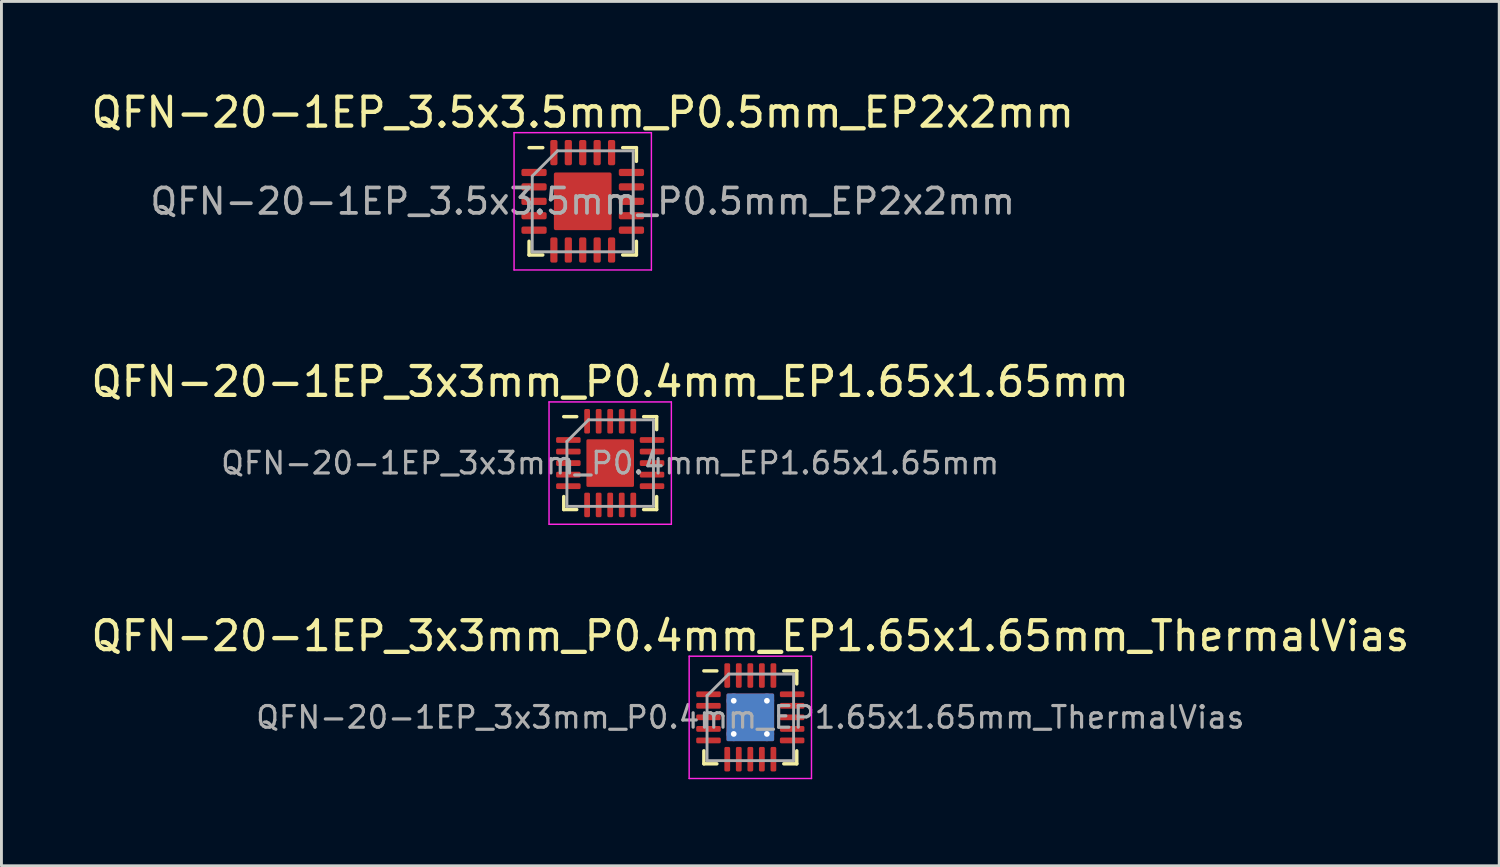
<source format=kicad_pcb>
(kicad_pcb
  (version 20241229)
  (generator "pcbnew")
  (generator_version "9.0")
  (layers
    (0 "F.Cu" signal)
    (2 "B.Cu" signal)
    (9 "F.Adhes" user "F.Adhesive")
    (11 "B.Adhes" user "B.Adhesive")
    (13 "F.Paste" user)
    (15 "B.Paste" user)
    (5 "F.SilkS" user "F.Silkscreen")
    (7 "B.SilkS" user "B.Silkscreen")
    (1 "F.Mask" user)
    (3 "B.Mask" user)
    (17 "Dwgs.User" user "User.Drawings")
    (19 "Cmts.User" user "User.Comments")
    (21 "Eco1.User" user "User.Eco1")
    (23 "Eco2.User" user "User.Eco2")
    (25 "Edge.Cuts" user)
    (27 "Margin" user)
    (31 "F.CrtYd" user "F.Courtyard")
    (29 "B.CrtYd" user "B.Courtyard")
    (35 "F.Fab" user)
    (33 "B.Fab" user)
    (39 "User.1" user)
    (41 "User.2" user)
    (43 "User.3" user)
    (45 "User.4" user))
  (footprint "QFN-20-1EP_3.5x3.5mm_P0.5mm_EP2x2mm"
    (layer "F.Cu")
    (at 17.149 3.928)
    (property "Reference" "QFN-20-1EP_3.5x3.5mm_P0.5mm_EP2x2mm" (at 0 -3.08 0) (layer "F.SilkS") (effects (font (size 1 1) (thickness 0.15))))
    (attr smd)
    (fp_line (start -1.86 1.86) (end -1.86 1.385) (stroke (width 0.12) (type solid)) (layer "F.SilkS"))
    (fp_line (start -1.385 -1.86) (end -1.86 -1.86) (stroke (width 0.12) (type solid)) (layer "F.SilkS"))
    (fp_line (start -1.385 1.86) (end -1.86 1.86) (stroke (width 0.12) (type solid)) (layer "F.SilkS"))
    (fp_line (start 1.385 -1.86) (end 1.86 -1.86) (stroke (width 0.12) (type solid)) (layer "F.SilkS"))
    (fp_line (start 1.385 1.86) (end 1.86 1.86) (stroke (width 0.12) (type solid)) (layer "F.SilkS"))
    (fp_line (start 1.86 -1.86) (end 1.86 -1.385) (stroke (width 0.12) (type solid)) (layer "F.SilkS"))
    (fp_line (start 1.86 1.86) (end 1.86 1.385) (stroke (width 0.12) (type solid)) (layer "F.SilkS"))
    (fp_line (start -2.38 -2.38) (end -2.38 2.38) (stroke (width 0.05) (type solid)) (layer "F.CrtYd"))
    (fp_line (start -2.38 2.38) (end 2.38 2.38) (stroke (width 0.05) (type solid)) (layer "F.CrtYd"))
    (fp_line (start 2.38 -2.38) (end -2.38 -2.38) (stroke (width 0.05) (type solid)) (layer "F.CrtYd"))
    (fp_line (start 2.38 2.38) (end 2.38 -2.38) (stroke (width 0.05) (type solid)) (layer "F.CrtYd"))
    (fp_line (start -1.75 -0.875) (end -0.875 -1.75) (stroke (width 0.1) (type solid)) (layer "F.Fab"))
    (fp_line (start -1.75 1.75) (end -1.75 -0.875) (stroke (width 0.1) (type solid)) (layer "F.Fab"))
    (fp_line (start -0.875 -1.75) (end 1.75 -1.75) (stroke (width 0.1) (type solid)) (layer "F.Fab"))
    (fp_line (start 1.75 -1.75) (end 1.75 1.75) (stroke (width 0.1) (type solid)) (layer "F.Fab"))
    (fp_line (start 1.75 1.75) (end -1.75 1.75) (stroke (width 0.1) (type solid)) (layer "F.Fab"))
    (fp_text user "${REFERENCE}" (at 0 0 0) (layer "F.Fab") (effects (font (size 0.88 0.88) (thickness 0.13))))
    (pad "" smd roundrect (at -0.5 -0.5) (size 0.81 0.81) (layers "F.Paste") (roundrect_rratio 0.25))
    (pad "" smd roundrect (at -0.5 0.5) (size 0.81 0.81) (layers "F.Paste") (roundrect_rratio 0.25))
    (pad "" smd roundrect (at 0.5 -0.5) (size 0.81 0.81) (layers "F.Paste") (roundrect_rratio 0.25))
    (pad "" smd roundrect (at 0.5 0.5) (size 0.81 0.81) (layers "F.Paste") (roundrect_rratio 0.25))
    (pad "1" smd roundrect (at -1.688 -1) (size 0.875 0.25) (layers "F.Cu" "F.Mask" "F.Paste") (roundrect_rratio 0.25))
    (pad "2" smd roundrect (at -1.688 -0.5) (size 0.875 0.25) (layers "F.Cu" "F.Mask" "F.Paste") (roundrect_rratio 0.25))
    (pad "3" smd roundrect (at -1.688 0) (size 0.875 0.25) (layers "F.Cu" "F.Mask" "F.Paste") (roundrect_rratio 0.25))
    (pad "4" smd roundrect (at -1.688 0.5) (size 0.875 0.25) (layers "F.Cu" "F.Mask" "F.Paste") (roundrect_rratio 0.25))
    (pad "5" smd roundrect (at -1.688 1) (size 0.875 0.25) (layers "F.Cu" "F.Mask" "F.Paste") (roundrect_rratio 0.25))
    (pad "6" smd roundrect (at -1 1.688) (size 0.25 0.875) (layers "F.Cu" "F.Mask" "F.Paste") (roundrect_rratio 0.25))
    (pad "7" smd roundrect (at -0.5 1.688) (size 0.25 0.875) (layers "F.Cu" "F.Mask" "F.Paste") (roundrect_rratio 0.25))
    (pad "8" smd roundrect (at 0 1.688) (size 0.25 0.875) (layers "F.Cu" "F.Mask" "F.Paste") (roundrect_rratio 0.25))
    (pad "9" smd roundrect (at 0.5 1.688) (size 0.25 0.875) (layers "F.Cu" "F.Mask" "F.Paste") (roundrect_rratio 0.25))
    (pad "10" smd roundrect (at 1 1.688) (size 0.25 0.875) (layers "F.Cu" "F.Mask" "F.Paste") (roundrect_rratio 0.25))
    (pad "11" smd roundrect (at 1.688 1) (size 0.875 0.25) (layers "F.Cu" "F.Mask" "F.Paste") (roundrect_rratio 0.25))
    (pad "12" smd roundrect (at 1.688 0.5) (size 0.875 0.25) (layers "F.Cu" "F.Mask" "F.Paste") (roundrect_rratio 0.25))
    (pad "13" smd roundrect (at 1.688 0) (size 0.875 0.25) (layers "F.Cu" "F.Mask" "F.Paste") (roundrect_rratio 0.25))
    (pad "14" smd roundrect (at 1.688 -0.5) (size 0.875 0.25) (layers "F.Cu" "F.Mask" "F.Paste") (roundrect_rratio 0.25))
    (pad "15" smd roundrect (at 1.688 -1) (size 0.875 0.25) (layers "F.Cu" "F.Mask" "F.Paste") (roundrect_rratio 0.25))
    (pad "16" smd roundrect (at 1 -1.688) (size 0.25 0.875) (layers "F.Cu" "F.Mask" "F.Paste") (roundrect_rratio 0.25))
    (pad "17" smd roundrect (at 0.5 -1.688) (size 0.25 0.875) (layers "F.Cu" "F.Mask" "F.Paste") (roundrect_rratio 0.25))
    (pad "18" smd roundrect (at 0 -1.688) (size 0.25 0.875) (layers "F.Cu" "F.Mask" "F.Paste") (roundrect_rratio 0.25))
    (pad "19" smd roundrect (at -0.5 -1.688) (size 0.25 0.875) (layers "F.Cu" "F.Mask" "F.Paste") (roundrect_rratio 0.25))
    (pad "20" smd roundrect (at -1 -1.688) (size 0.25 0.875) (layers "F.Cu" "F.Mask" "F.Paste") (roundrect_rratio 0.25))
    (pad "21" smd roundrect (at 0 0) (size 2 2) (layers "F.Cu" "F.Mask") (roundrect_rratio 0.031)))
  (footprint "QFN-20-1EP_3x3mm_P0.4mm_EP1.65x1.65mm_ThermalVias"
    (layer "F.Cu")
    (at 22.958 21.815)
    (property "Reference" "QFN-20-1EP_3x3mm_P0.4mm_EP1.65x1.65mm_ThermalVias" (at 0 -2.82 0) (layer "F.SilkS") (effects (font (size 1 1) (thickness 0.15))))
    (attr smd)
    (fp_line (start -1.61 1.61) (end -1.61 1.16) (stroke (width 0.12) (type solid)) (layer "F.SilkS"))
    (fp_line (start -1.16 -1.61) (end -1.61 -1.61) (stroke (width 0.12) (type solid)) (layer "F.SilkS"))
    (fp_line (start -1.16 1.61) (end -1.61 1.61) (stroke (width 0.12) (type solid)) (layer "F.SilkS"))
    (fp_line (start 1.16 -1.61) (end 1.61 -1.61) (stroke (width 0.12) (type solid)) (layer "F.SilkS"))
    (fp_line (start 1.16 1.61) (end 1.61 1.61) (stroke (width 0.12) (type solid)) (layer "F.SilkS"))
    (fp_line (start 1.61 -1.61) (end 1.61 -1.16) (stroke (width 0.12) (type solid)) (layer "F.SilkS"))
    (fp_line (start 1.61 1.61) (end 1.61 1.16) (stroke (width 0.12) (type solid)) (layer "F.SilkS"))
    (fp_line (start -2.12 -2.12) (end -2.12 2.12) (stroke (width 0.05) (type solid)) (layer "F.CrtYd"))
    (fp_line (start -2.12 2.12) (end 2.12 2.12) (stroke (width 0.05) (type solid)) (layer "F.CrtYd"))
    (fp_line (start 2.12 -2.12) (end -2.12 -2.12) (stroke (width 0.05) (type solid)) (layer "F.CrtYd"))
    (fp_line (start 2.12 2.12) (end 2.12 -2.12) (stroke (width 0.05) (type solid)) (layer "F.CrtYd"))
    (fp_line (start -1.5 -0.75) (end -0.75 -1.5) (stroke (width 0.1) (type solid)) (layer "F.Fab"))
    (fp_line (start -1.5 1.5) (end -1.5 -0.75) (stroke (width 0.1) (type solid)) (layer "F.Fab"))
    (fp_line (start -0.75 -1.5) (end 1.5 -1.5) (stroke (width 0.1) (type solid)) (layer "F.Fab"))
    (fp_line (start 1.5 -1.5) (end 1.5 1.5) (stroke (width 0.1) (type solid)) (layer "F.Fab"))
    (fp_line (start 1.5 1.5) (end -1.5 1.5) (stroke (width 0.1) (type solid)) (layer "F.Fab"))
    (fp_text user "${REFERENCE}" (at 0 0 0) (layer "F.Fab") (effects (font (size 0.75 0.75) (thickness 0.11))))
    (pad "" smd roundrect (at -0.41 -0.41) (size 0.69 0.69) (layers "F.Paste") (roundrect_rratio 0.25))
    (pad "" smd roundrect (at -0.41 0.41) (size 0.69 0.69) (layers "F.Paste") (roundrect_rratio 0.25))
    (pad "" smd roundrect (at 0.41 -0.41) (size 0.69 0.69) (layers "F.Paste") (roundrect_rratio 0.25))
    (pad "" smd roundrect (at 0.41 0.41) (size 0.69 0.69) (layers "F.Paste") (roundrect_rratio 0.25))
    (pad "1" smd roundrect (at -1.45 -0.8) (size 0.85 0.2) (layers "F.Cu" "F.Mask" "F.Paste") (roundrect_rratio 0.25))
    (pad "2" smd roundrect (at -1.45 -0.4) (size 0.85 0.2) (layers "F.Cu" "F.Mask" "F.Paste") (roundrect_rratio 0.25))
    (pad "3" smd roundrect (at -1.45 0) (size 0.85 0.2) (layers "F.Cu" "F.Mask" "F.Paste") (roundrect_rratio 0.25))
    (pad "4" smd roundrect (at -1.45 0.4) (size 0.85 0.2) (layers "F.Cu" "F.Mask" "F.Paste") (roundrect_rratio 0.25))
    (pad "5" smd roundrect (at -1.45 0.8) (size 0.85 0.2) (layers "F.Cu" "F.Mask" "F.Paste") (roundrect_rratio 0.25))
    (pad "6" smd roundrect (at -0.8 1.45) (size 0.2 0.85) (layers "F.Cu" "F.Mask" "F.Paste") (roundrect_rratio 0.25))
    (pad "7" smd roundrect (at -0.4 1.45) (size 0.2 0.85) (layers "F.Cu" "F.Mask" "F.Paste") (roundrect_rratio 0.25))
    (pad "8" smd roundrect (at 0 1.45) (size 0.2 0.85) (layers "F.Cu" "F.Mask" "F.Paste") (roundrect_rratio 0.25))
    (pad "9" smd roundrect (at 0.4 1.45) (size 0.2 0.85) (layers "F.Cu" "F.Mask" "F.Paste") (roundrect_rratio 0.25))
    (pad "10" smd roundrect (at 0.8 1.45) (size 0.2 0.85) (layers "F.Cu" "F.Mask" "F.Paste") (roundrect_rratio 0.25))
    (pad "11" smd roundrect (at 1.45 0.8) (size 0.85 0.2) (layers "F.Cu" "F.Mask" "F.Paste") (roundrect_rratio 0.25))
    (pad "12" smd roundrect (at 1.45 0.4) (size 0.85 0.2) (layers "F.Cu" "F.Mask" "F.Paste") (roundrect_rratio 0.25))
    (pad "13" smd roundrect (at 1.45 0) (size 0.85 0.2) (layers "F.Cu" "F.Mask" "F.Paste") (roundrect_rratio 0.25))
    (pad "14" smd roundrect (at 1.45 -0.4) (size 0.85 0.2) (layers "F.Cu" "F.Mask" "F.Paste") (roundrect_rratio 0.25))
    (pad "15" smd roundrect (at 1.45 -0.8) (size 0.85 0.2) (layers "F.Cu" "F.Mask" "F.Paste") (roundrect_rratio 0.25))
    (pad "16" smd roundrect (at 0.8 -1.45) (size 0.2 0.85) (layers "F.Cu" "F.Mask" "F.Paste") (roundrect_rratio 0.25))
    (pad "17" smd roundrect (at 0.4 -1.45) (size 0.2 0.85) (layers "F.Cu" "F.Mask" "F.Paste") (roundrect_rratio 0.25))
    (pad "18" smd roundrect (at 0 -1.45) (size 0.2 0.85) (layers "F.Cu" "F.Mask" "F.Paste") (roundrect_rratio 0.25))
    (pad "19" smd roundrect (at -0.4 -1.45) (size 0.2 0.85) (layers "F.Cu" "F.Mask" "F.Paste") (roundrect_rratio 0.25))
    (pad "20" smd roundrect (at -0.8 -1.45) (size 0.2 0.85) (layers "F.Cu" "F.Mask" "F.Paste") (roundrect_rratio 0.25))
    (pad "21" thru_hole circle (at -0.575 -0.575) (size 0.5 0.5) (drill 0.2) (layers "*.Cu"))
    (pad "21" thru_hole circle (at -0.575 0.575) (size 0.5 0.5) (drill 0.2) (layers "*.Cu"))
    (pad "21" smd roundrect (at 0 0) (size 1.65 1.65) (layers "F.Cu" "F.Mask") (roundrect_rratio 0.03))
    (pad "21" smd roundrect (at 0 0) (size 1.65 1.65) (layers "B.Cu") (roundrect_rratio 0.03))
    (pad "21" thru_hole circle (at 0.575 -0.575) (size 0.5 0.5) (drill 0.2) (layers "*.Cu"))
    (pad "21" thru_hole circle (at 0.575 0.575) (size 0.5 0.5) (drill 0.2) (layers "*.Cu")))
  (footprint "QFN-20-1EP_3x3mm_P0.4mm_EP1.65x1.65mm"
    (layer "F.Cu")
    (at 18.101 13.002)
    (property "Reference" "QFN-20-1EP_3x3mm_P0.4mm_EP1.65x1.65mm" (at 0 -2.82 0) (layer "F.SilkS") (effects (font (size 1 1) (thickness 0.15))))
    (attr smd)
    (fp_line (start -1.61 1.61) (end -1.61 1.16) (stroke (width 0.12) (type solid)) (layer "F.SilkS"))
    (fp_line (start -1.16 -1.61) (end -1.61 -1.61) (stroke (width 0.12) (type solid)) (layer "F.SilkS"))
    (fp_line (start -1.16 1.61) (end -1.61 1.61) (stroke (width 0.12) (type solid)) (layer "F.SilkS"))
    (fp_line (start 1.16 -1.61) (end 1.61 -1.61) (stroke (width 0.12) (type solid)) (layer "F.SilkS"))
    (fp_line (start 1.16 1.61) (end 1.61 1.61) (stroke (width 0.12) (type solid)) (layer "F.SilkS"))
    (fp_line (start 1.61 -1.61) (end 1.61 -1.16) (stroke (width 0.12) (type solid)) (layer "F.SilkS"))
    (fp_line (start 1.61 1.61) (end 1.61 1.16) (stroke (width 0.12) (type solid)) (layer "F.SilkS"))
    (fp_line (start -2.12 -2.12) (end -2.12 2.12) (stroke (width 0.05) (type solid)) (layer "F.CrtYd"))
    (fp_line (start -2.12 2.12) (end 2.12 2.12) (stroke (width 0.05) (type solid)) (layer "F.CrtYd"))
    (fp_line (start 2.12 -2.12) (end -2.12 -2.12) (stroke (width 0.05) (type solid)) (layer "F.CrtYd"))
    (fp_line (start 2.12 2.12) (end 2.12 -2.12) (stroke (width 0.05) (type solid)) (layer "F.CrtYd"))
    (fp_line (start -1.5 -0.75) (end -0.75 -1.5) (stroke (width 0.1) (type solid)) (layer "F.Fab"))
    (fp_line (start -1.5 1.5) (end -1.5 -0.75) (stroke (width 0.1) (type solid)) (layer "F.Fab"))
    (fp_line (start -0.75 -1.5) (end 1.5 -1.5) (stroke (width 0.1) (type solid)) (layer "F.Fab"))
    (fp_line (start 1.5 -1.5) (end 1.5 1.5) (stroke (width 0.1) (type solid)) (layer "F.Fab"))
    (fp_line (start 1.5 1.5) (end -1.5 1.5) (stroke (width 0.1) (type solid)) (layer "F.Fab"))
    (fp_text user "${REFERENCE}" (at 0 0 0) (layer "F.Fab") (effects (font (size 0.75 0.75) (thickness 0.11))))
    (pad "" smd roundrect (at -0.41 -0.41) (size 0.67 0.67) (layers "F.Paste") (roundrect_rratio 0.25))
    (pad "" smd roundrect (at -0.41 0.41) (size 0.67 0.67) (layers "F.Paste") (roundrect_rratio 0.25))
    (pad "" smd roundrect (at 0.41 -0.41) (size 0.67 0.67) (layers "F.Paste") (roundrect_rratio 0.25))
    (pad "" smd roundrect (at 0.41 0.41) (size 0.67 0.67) (layers "F.Paste") (roundrect_rratio 0.25))
    (pad "1" smd roundrect (at -1.45 -0.8) (size 0.85 0.2) (layers "F.Cu" "F.Mask" "F.Paste") (roundrect_rratio 0.25))
    (pad "2" smd roundrect (at -1.45 -0.4) (size 0.85 0.2) (layers "F.Cu" "F.Mask" "F.Paste") (roundrect_rratio 0.25))
    (pad "3" smd roundrect (at -1.45 0) (size 0.85 0.2) (layers "F.Cu" "F.Mask" "F.Paste") (roundrect_rratio 0.25))
    (pad "4" smd roundrect (at -1.45 0.4) (size 0.85 0.2) (layers "F.Cu" "F.Mask" "F.Paste") (roundrect_rratio 0.25))
    (pad "5" smd roundrect (at -1.45 0.8) (size 0.85 0.2) (layers "F.Cu" "F.Mask" "F.Paste") (roundrect_rratio 0.25))
    (pad "6" smd roundrect (at -0.8 1.45) (size 0.2 0.85) (layers "F.Cu" "F.Mask" "F.Paste") (roundrect_rratio 0.25))
    (pad "7" smd roundrect (at -0.4 1.45) (size 0.2 0.85) (layers "F.Cu" "F.Mask" "F.Paste") (roundrect_rratio 0.25))
    (pad "8" smd roundrect (at 0 1.45) (size 0.2 0.85) (layers "F.Cu" "F.Mask" "F.Paste") (roundrect_rratio 0.25))
    (pad "9" smd roundrect (at 0.4 1.45) (size 0.2 0.85) (layers "F.Cu" "F.Mask" "F.Paste") (roundrect_rratio 0.25))
    (pad "10" smd roundrect (at 0.8 1.45) (size 0.2 0.85) (layers "F.Cu" "F.Mask" "F.Paste") (roundrect_rratio 0.25))
    (pad "11" smd roundrect (at 1.45 0.8) (size 0.85 0.2) (layers "F.Cu" "F.Mask" "F.Paste") (roundrect_rratio 0.25))
    (pad "12" smd roundrect (at 1.45 0.4) (size 0.85 0.2) (layers "F.Cu" "F.Mask" "F.Paste") (roundrect_rratio 0.25))
    (pad "13" smd roundrect (at 1.45 0) (size 0.85 0.2) (layers "F.Cu" "F.Mask" "F.Paste") (roundrect_rratio 0.25))
    (pad "14" smd roundrect (at 1.45 -0.4) (size 0.85 0.2) (layers "F.Cu" "F.Mask" "F.Paste") (roundrect_rratio 0.25))
    (pad "15" smd roundrect (at 1.45 -0.8) (size 0.85 0.2) (layers "F.Cu" "F.Mask" "F.Paste") (roundrect_rratio 0.25))
    (pad "16" smd roundrect (at 0.8 -1.45) (size 0.2 0.85) (layers "F.Cu" "F.Mask" "F.Paste") (roundrect_rratio 0.25))
    (pad "17" smd roundrect (at 0.4 -1.45) (size 0.2 0.85) (layers "F.Cu" "F.Mask" "F.Paste") (roundrect_rratio 0.25))
    (pad "18" smd roundrect (at 0 -1.45) (size 0.2 0.85) (layers "F.Cu" "F.Mask" "F.Paste") (roundrect_rratio 0.25))
    (pad "19" smd roundrect (at -0.4 -1.45) (size 0.2 0.85) (layers "F.Cu" "F.Mask" "F.Paste") (roundrect_rratio 0.25))
    (pad "20" smd roundrect (at -0.8 -1.45) (size 0.2 0.85) (layers "F.Cu" "F.Mask" "F.Paste") (roundrect_rratio 0.25))
    (pad "21" smd roundrect (at 0 0) (size 1.65 1.65) (layers "F.Cu" "F.Mask") (roundrect_rratio 0.03)))
  (gr_rect
    (start -3 -3)
    (end 48.917 26.96)
    (stroke (width 0.1) (type default))
    (fill no)
    (layer "Edge.Cuts")))
</source>
